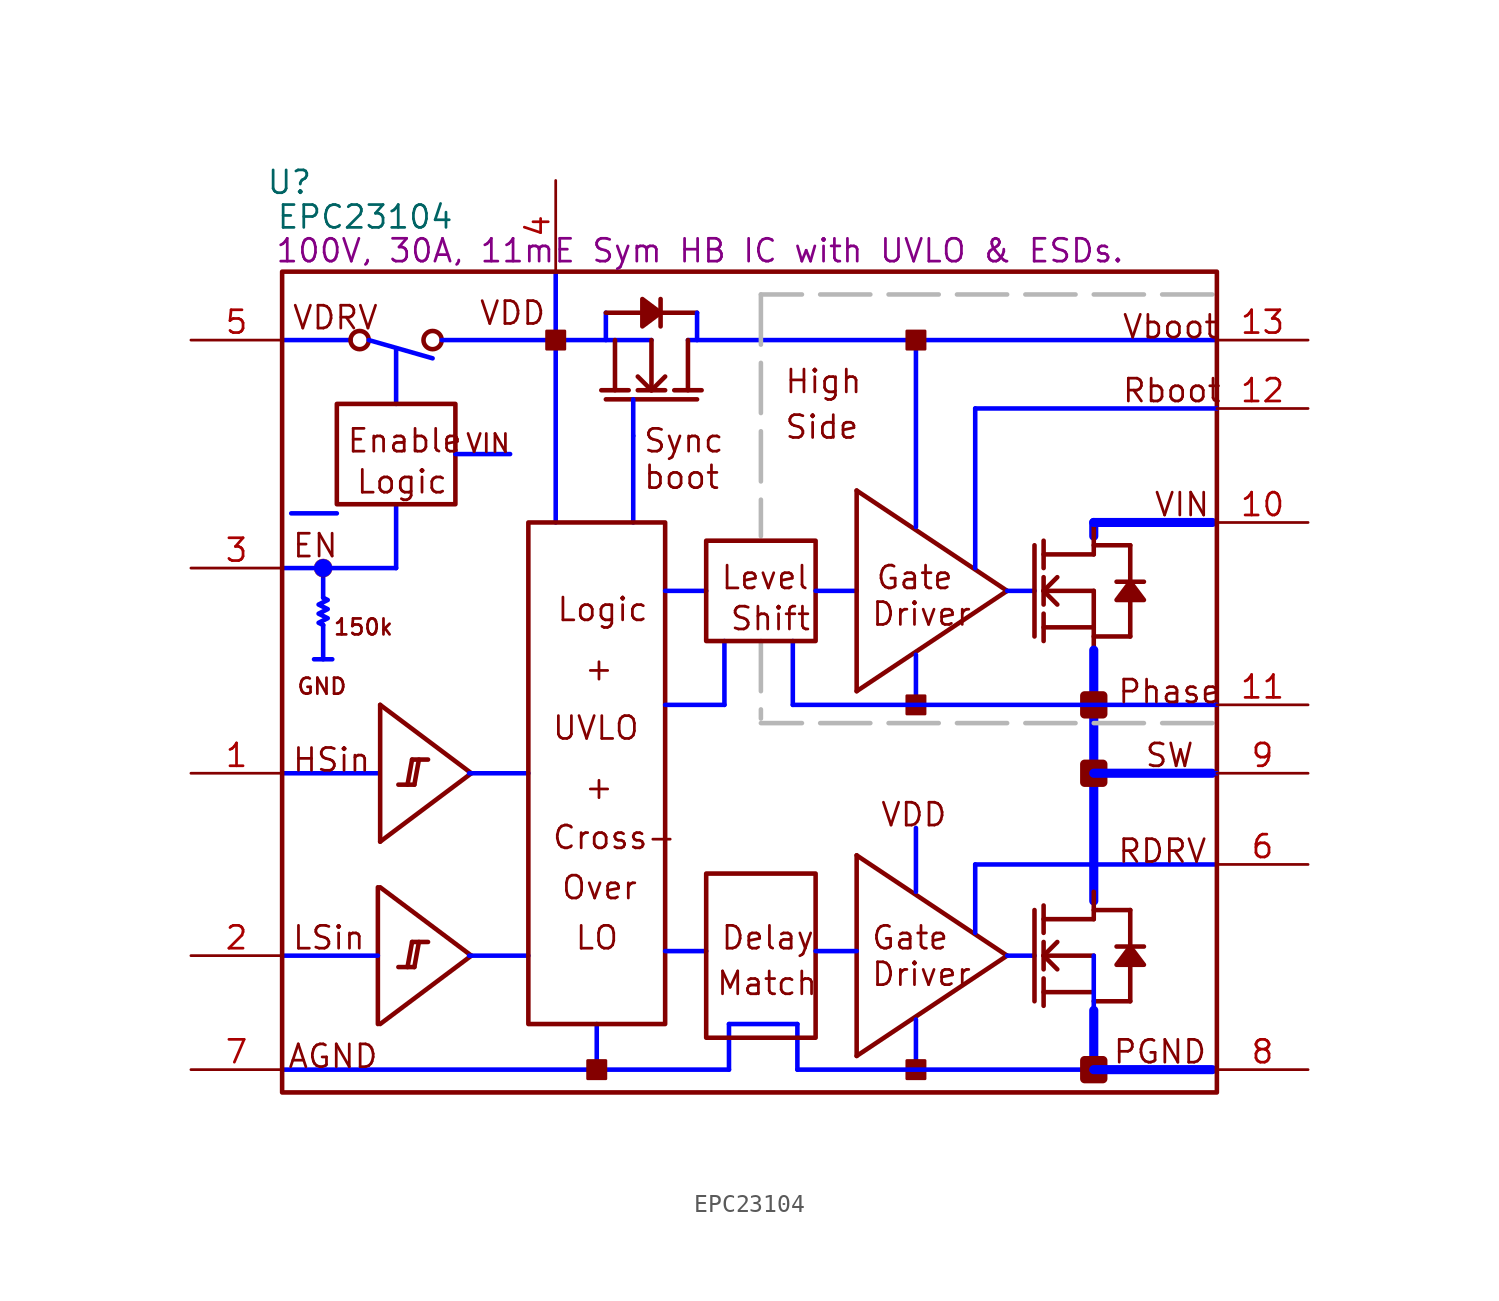
<source format=kicad_sym>
(kicad_symbol_lib
  (version 20220914)
  (generator kicad_symbol_editor)
  (symbol "EPC23104"
    (property "Reference" "U"
      (at 5.486 50.698 0)
      (effects (font (size 1.27 1.27))))
    (property "Value" "EPC23104"
      (at 9.703 48.768 0)
      (effects (font (size 1.27 1.27))))
    (property "Description" "100V, 30A, 11mE Sym HB IC with UVLO & ESDs."
      (at 28.346 46.888 0)
      (effects (font (size 1.27 1.27))))
    (symbol "EPC23104_1_0"
      (polyline (pts (xy 5.08 1.27) (xy 29.972 1.27)) (stroke (width 0.254) (type solid) (color 0 0 255 1)) (fill (type none)))
      (polyline (pts (xy 5.08 41.91) (xy 8.89 41.91)) (stroke (width 0.254) (type solid) (color 0 0 255 1)) (fill (type none)))
      (polyline (pts (xy 5.588 32.258) (xy 8.128 32.258)) (stroke (width 0.254) (type solid) (color 0 0 255 1)) (fill (type none)))
      (polyline (pts (xy 7.366 26.035) (xy 7.366 24.13)) (stroke (width 0.254) (type solid) (color 0 0 255 1)) (fill (type none)))
      (polyline (pts (xy 7.366 29.21) (xy 7.366 27.559)) (stroke (width 0.254) (type solid) (color 0 0 255 1)) (fill (type none)))
      (polyline (pts (xy 7.874 24.13) (xy 6.858 24.13)) (stroke (width 0.254) (type solid) (color 0 0 255 1)) (fill (type none)))
      (polyline (pts (xy 9.906 41.91) (xy 13.462 40.894)) (stroke (width 0.254) (type solid) (color 0 0 255 1)) (fill (type none)))
      (polyline (pts (xy 10.414 7.62) (xy 5.08 7.62)) (stroke (width 0.254) (type solid) (color 0 0 255 1)) (fill (type none)))
      (polyline (pts (xy 10.414 11.43) (xy 10.414 3.81)) (stroke (width 0.254) (type solid)) (fill (type none)))
      (polyline (pts (xy 10.414 17.78) (xy 5.08 17.78)) (stroke (width 0.254) (type solid) (color 0 0 255 1)) (fill (type none)))
      (polyline (pts (xy 10.541 3.81) (xy 15.621 7.62)) (stroke (width 0.254) (type solid)) (fill (type none)))
      (polyline (pts (xy 10.541 11.43) (xy 15.621 7.62)) (stroke (width 0.254) (type solid)) (fill (type none)))
      (polyline (pts (xy 10.541 13.97) (xy 15.621 17.78)) (stroke (width 0.254) (type solid)) (fill (type none)))
      (polyline (pts (xy 10.541 21.59) (xy 10.541 13.97)) (stroke (width 0.254) (type solid)) (fill (type none)))
      (polyline (pts (xy 10.541 21.59) (xy 15.621 17.78)) (stroke (width 0.254) (type solid)) (fill (type none)))
      (polyline (pts (xy 11.43 29.21) (xy 5.08 29.21)) (stroke (width 0.254) (type solid) (color 0 0 255 1)) (fill (type none)))
      (polyline (pts (xy 11.43 29.21) (xy 11.43 32.766)) (stroke (width 0.254) (type solid) (color 0 0 255 1)) (fill (type none)))
      (polyline (pts (xy 11.43 38.354) (xy 11.43 41.402)) (stroke (width 0.254) (type solid) (color 0 0 255 1)) (fill (type none)))
      (polyline (pts (xy 12.065 6.985) (xy 12.319 8.382)) (stroke (width 0.254) (type solid)) (fill (type none)))
      (polyline (pts (xy 12.065 17.145) (xy 12.319 18.542)) (stroke (width 0.254) (type solid)) (fill (type none)))
      (polyline (pts (xy 12.446 6.985) (xy 11.557 6.985)) (stroke (width 0.254) (type solid)) (fill (type none)))
      (polyline (pts (xy 12.446 6.985) (xy 12.7 8.382)) (stroke (width 0.254) (type solid)) (fill (type none)))
      (polyline (pts (xy 12.446 17.145) (xy 11.557 17.145)) (stroke (width 0.254) (type solid)) (fill (type none)))
      (polyline (pts (xy 12.446 17.145) (xy 12.7 18.542)) (stroke (width 0.254) (type solid)) (fill (type none)))
      (polyline (pts (xy 13.208 8.382) (xy 12.319 8.382)) (stroke (width 0.254) (type solid)) (fill (type none)))
      (polyline (pts (xy 13.208 18.542) (xy 12.319 18.542)) (stroke (width 0.254) (type solid)) (fill (type none)))
      (polyline (pts (xy 13.97 41.91) (xy 25.654 41.91)) (stroke (width 0.254) (type solid) (color 0 0 255 1)) (fill (type none)))
      (polyline (pts (xy 15.494 7.62) (xy 18.796 7.62)) (stroke (width 0.254) (type solid) (color 0 0 255 1)) (fill (type none)))
      (polyline (pts (xy 15.494 17.78) (xy 18.796 17.78)) (stroke (width 0.254) (type solid) (color 0 0 255 1)) (fill (type none)))
      (polyline (pts (xy 17.78 35.56) (xy 14.732 35.56)) (stroke (width 0.254) (type solid) (color 0 0 255 1)) (fill (type none)))
      (polyline (pts (xy 20.32 31.75) (xy 20.32 45.72)) (stroke (width 0.254) (type solid) (color 0 0 255 1)) (fill (type none)))
      (polyline (pts (xy 22.606 1.27) (xy 22.606 3.81)) (stroke (width 0.254) (type solid) (color 0 0 255 1)) (fill (type none)))
      (polyline (pts (xy 23.114 38.608) (xy 28.194 38.608)) (stroke (width 0.254) (type solid)) (fill (type none)))
      (polyline (pts (xy 23.114 43.434) (xy 23.114 41.91)) (stroke (width 0.254) (type solid) (color 0 0 255 1)) (fill (type none)))
      (polyline (pts (xy 23.114 43.434) (xy 25.146 43.434)) (stroke (width 0.254) (type solid)) (fill (type none)))
      (polyline (pts (xy 23.622 41.91) (xy 23.622 39.116)) (stroke (width 0.254) (type solid)) (fill (type none)))
      (polyline (pts (xy 24.384 39.116) (xy 22.86 39.116)) (stroke (width 0.254) (type solid)) (fill (type none)))
      (polyline (pts (xy 24.638 31.75) (xy 24.638 36.576)) (stroke (width 0.254) (type solid) (color 0 0 255 1)) (fill (type none)))
      (polyline (pts (xy 24.638 38.608) (xy 24.638 36.576)) (stroke (width 0.254) (type solid) (color 0 0 255 1)) (fill (type none)))
      (polyline (pts (xy 25.654 39.116) (xy 24.892 39.878)) (stroke (width 0.254) (type solid)) (fill (type none)))
      (polyline (pts (xy 25.654 39.116) (xy 25.654 41.91)) (stroke (width 0.254) (type solid)) (fill (type none)))
      (polyline (pts (xy 26.162 42.672) (xy 26.162 44.196)) (stroke (width 0.254) (type solid)) (fill (type none)))
      (polyline (pts (xy 26.162 43.434) (xy 28.194 43.434)) (stroke (width 0.254) (type solid)) (fill (type none)))
      (polyline (pts (xy 26.416 27.94) (xy 28.702 27.94)) (stroke (width 0.254) (type solid) (color 0 0 255 1)) (fill (type none)))
      (polyline (pts (xy 26.416 39.116) (xy 24.892 39.116)) (stroke (width 0.254) (type solid)) (fill (type none)))
      (polyline (pts (xy 26.416 39.878) (xy 25.654 39.116)) (stroke (width 0.254) (type solid)) (fill (type none)))
      (polyline (pts (xy 27.686 39.116) (xy 27.686 41.91)) (stroke (width 0.254) (type solid)) (fill (type none)))
      (polyline (pts (xy 27.686 41.91) (xy 57.15 41.91)) (stroke (width 0.254) (type solid) (color 0 0 255 1)) (fill (type none)))
      (polyline (pts (xy 28.194 43.434) (xy 28.194 41.91)) (stroke (width 0.254) (type solid) (color 0 0 255 1)) (fill (type none)))
      (polyline (pts (xy 28.448 39.116) (xy 26.924 39.116)) (stroke (width 0.254) (type solid)) (fill (type none)))
      (polyline (pts (xy 28.702 7.874) (xy 26.416 7.874)) (stroke (width 0.254) (type solid) (color 0 0 255 1)) (fill (type none)))
      (polyline (pts (xy 29.718 21.59) (xy 26.416 21.59)) (stroke (width 0.254) (type solid) (color 0 0 255 1)) (fill (type none)))
      (polyline (pts (xy 29.718 21.59) (xy 29.718 25.146)) (stroke (width 0.254) (type solid) (color 0 0 255 1)) (fill (type none)))
      (polyline (pts (xy 29.972 1.27) (xy 29.972 3.048)) (stroke (width 0.254) (type solid) (color 0 0 255 1)) (fill (type none)))
      (polyline (pts (xy 29.972 3.048) (xy 29.972 3.81)) (stroke (width 0.254) (type solid) (color 0 0 255 1)) (fill (type none)))
      (polyline (pts (xy 29.972 3.81) (xy 33.782 3.81)) (stroke (width 0.254) (type solid) (color 0 0 255 1)) (fill (type none)))
      (polyline (pts (xy 31.75 25.146) (xy 31.75 20.828)) (stroke (width 0.254) (type dash) (color 183 183 183 1)) (fill (type none)))
      (polyline (pts (xy 31.75 44.45) (xy 31.75 30.988)) (stroke (width 0.254) (type dash) (color 183 183 183 1)) (fill (type none)))
      (polyline (pts (xy 33.528 21.59) (xy 33.528 25.146)) (stroke (width 0.254) (type solid) (color 0 0 255 1)) (fill (type none)))
      (polyline (pts (xy 33.782 1.27) (xy 33.782 3.048)) (stroke (width 0.254) (type solid) (color 0 0 255 1)) (fill (type none)))
      (polyline (pts (xy 33.782 3.048) (xy 33.782 3.81)) (stroke (width 0.254) (type solid) (color 0 0 255 1)) (fill (type none)))
      (polyline (pts (xy 34.798 27.94) (xy 37.084 27.94)) (stroke (width 0.254) (type solid) (color 0 0 255 1)) (fill (type none)))
      (polyline (pts (xy 37.084 2.032) (xy 45.466 7.62)) (stroke (width 0.254) (type solid)) (fill (type none)))
      (polyline (pts (xy 37.084 7.874) (xy 34.798 7.874)) (stroke (width 0.254) (type solid) (color 0 0 255 1)) (fill (type none)))
      (polyline (pts (xy 37.084 13.208) (xy 37.084 2.032)) (stroke (width 0.254) (type solid)) (fill (type none)))
      (polyline (pts (xy 37.084 13.208) (xy 45.466 7.62)) (stroke (width 0.254) (type solid)) (fill (type none)))
      (polyline (pts (xy 37.084 22.352) (xy 45.466 27.94)) (stroke (width 0.254) (type solid)) (fill (type none)))
      (polyline (pts (xy 37.084 33.528) (xy 37.084 22.352)) (stroke (width 0.254) (type solid)) (fill (type none)))
      (polyline (pts (xy 37.084 33.528) (xy 45.466 27.94)) (stroke (width 0.254) (type solid)) (fill (type none)))
      (polyline (pts (xy 40.386 1.27) (xy 40.386 4.064)) (stroke (width 0.254) (type solid) (color 0 0 255 1)) (fill (type none)))
      (polyline (pts (xy 40.386 11.176) (xy 40.386 14.732)) (stroke (width 0.254) (type solid) (color 0 0 255 1)) (fill (type none)))
      (polyline (pts (xy 40.386 21.59) (xy 40.386 24.384)) (stroke (width 0.254) (type solid) (color 0 0 255 1)) (fill (type none)))
      (polyline (pts (xy 40.386 31.496) (xy 40.386 41.91)) (stroke (width 0.254) (type solid) (color 0 0 255 1)) (fill (type none)))
      (polyline (pts (xy 43.688 8.89) (xy 43.688 12.7)) (stroke (width 0.254) (type solid) (color 0 0 255 1)) (fill (type none)))
      (polyline (pts (xy 43.688 12.7) (xy 57.15 12.7)) (stroke (width 0.254) (type solid) (color 0 0 255 1)) (fill (type none)))
      (polyline (pts (xy 43.688 29.21) (xy 43.688 38.1)) (stroke (width 0.254) (type solid) (color 0 0 255 1)) (fill (type none)))
      (polyline (pts (xy 45.466 7.62) (xy 46.99 7.62)) (stroke (width 0.254) (type solid) (color 0 0 255 1)) (fill (type none)))
      (polyline (pts (xy 45.466 27.94) (xy 46.99 27.94)) (stroke (width 0.254) (type solid) (color 0 0 255 1)) (fill (type none)))
      (polyline (pts (xy 46.99 10.16) (xy 46.99 5.08)) (stroke (width 0.254) (type solid)) (fill (type none)))
      (polyline (pts (xy 46.99 30.48) (xy 46.99 25.4)) (stroke (width 0.254) (type solid)) (fill (type none)))
      (polyline (pts (xy 47.498 4.826) (xy 47.498 6.35)) (stroke (width 0.254) (type solid)) (fill (type none)))
      (polyline (pts (xy 47.498 5.588) (xy 50.292 5.588)) (stroke (width 0.254) (type solid)) (fill (type none)))
      (polyline (pts (xy 47.498 6.858) (xy 47.498 8.382)) (stroke (width 0.254) (type solid)) (fill (type none)))
      (polyline (pts (xy 47.498 7.62) (xy 48.26 8.382)) (stroke (width 0.254) (type solid)) (fill (type none)))
      (polyline (pts (xy 47.498 7.62) (xy 50.292 7.62)) (stroke (width 0.254) (type solid)) (fill (type none)))
      (polyline (pts (xy 47.498 8.89) (xy 47.498 10.414)) (stroke (width 0.254) (type solid)) (fill (type none)))
      (polyline (pts (xy 47.498 25.146) (xy 47.498 26.67)) (stroke (width 0.254) (type solid)) (fill (type none)))
      (polyline (pts (xy 47.498 25.908) (xy 50.292 25.908)) (stroke (width 0.254) (type solid)) (fill (type none)))
      (polyline (pts (xy 47.498 27.178) (xy 47.498 28.702)) (stroke (width 0.254) (type solid)) (fill (type none)))
      (polyline (pts (xy 47.498 27.94) (xy 48.26 28.702)) (stroke (width 0.254) (type solid)) (fill (type none)))
      (polyline (pts (xy 47.498 27.94) (xy 50.292 27.94)) (stroke (width 0.254) (type solid)) (fill (type none)))
      (polyline (pts (xy 47.498 29.21) (xy 47.498 30.734)) (stroke (width 0.254) (type solid)) (fill (type none)))
      (polyline (pts (xy 48.26 6.858) (xy 47.498 7.62)) (stroke (width 0.254) (type solid)) (fill (type none)))
      (polyline (pts (xy 48.26 27.178) (xy 47.498 27.94)) (stroke (width 0.254) (type solid)) (fill (type none)))
      (polyline (pts (xy 50.292 1.27) (xy 33.782 1.27)) (stroke (width 0.254) (type solid) (color 0 0 255 1)) (fill (type none)))
      (polyline (pts (xy 50.292 1.27) (xy 50.292 7.62)) (stroke (width 0.254) (type solid) (color 0 0 255 1)) (fill (type none)))
      (polyline (pts (xy 50.292 1.524) (xy 50.292 4.572)) (stroke (width 0.508) (type solid) (color 0 0 255 1)) (fill (type none)))
      (polyline (pts (xy 50.292 5.08) (xy 52.324 5.08)) (stroke (width 0.254) (type solid)) (fill (type none)))
      (polyline (pts (xy 50.292 9.652) (xy 47.498 9.652)) (stroke (width 0.254) (type solid)) (fill (type none)))
      (polyline (pts (xy 50.292 9.652) (xy 50.292 11.176)) (stroke (width 0.254) (type solid)) (fill (type none)))
      (polyline (pts (xy 50.292 10.16) (xy 52.324 10.16)) (stroke (width 0.254) (type solid)) (fill (type none)))
      (polyline (pts (xy 50.292 10.668) (xy 50.292 21.59)) (stroke (width 0.508) (type solid) (color 0 0 255 1)) (fill (type none)))
      (polyline (pts (xy 50.292 21.59) (xy 50.292 24.638)) (stroke (width 0.508) (type solid) (color 0 0 255 1)) (fill (type none)))
      (polyline (pts (xy 50.292 25.4) (xy 52.324 25.4)) (stroke (width 0.254) (type solid)) (fill (type none)))
      (polyline (pts (xy 50.292 27.94) (xy 50.292 22.86)) (stroke (width 0.254) (type solid)) (fill (type none)))
      (polyline (pts (xy 50.292 29.972) (xy 47.498 29.972)) (stroke (width 0.254) (type solid)) (fill (type none)))
      (polyline (pts (xy 50.292 29.972) (xy 50.292 31.496)) (stroke (width 0.254) (type solid)) (fill (type none)))
      (polyline (pts (xy 50.292 30.48) (xy 52.324 30.48)) (stroke (width 0.254) (type solid)) (fill (type none)))
      (polyline (pts (xy 50.292 30.988) (xy 50.292 31.75)) (stroke (width 0.508) (type solid) (color 0 0 255 1)) (fill (type none)))
      (polyline (pts (xy 50.292 31.75) (xy 57.15 31.75)) (stroke (width 0.254) (type solid) (color 0 0 255 1)) (fill (type none)))
      (polyline (pts (xy 52.324 7.112) (xy 52.324 5.08)) (stroke (width 0.254) (type solid)) (fill (type none)))
      (polyline (pts (xy 52.324 10.16) (xy 52.324 8.128)) (stroke (width 0.254) (type solid)) (fill (type none)))
      (polyline (pts (xy 52.324 27.432) (xy 52.324 25.4)) (stroke (width 0.254) (type solid)) (fill (type none)))
      (polyline (pts (xy 52.324 30.48) (xy 52.324 28.448)) (stroke (width 0.254) (type solid)) (fill (type none)))
      (polyline (pts (xy 53.086 8.128) (xy 51.562 8.128)) (stroke (width 0.254) (type solid)) (fill (type none)))
      (polyline (pts (xy 53.086 28.448) (xy 51.562 28.448)) (stroke (width 0.254) (type solid)) (fill (type none)))
      (polyline (pts (xy 56.896 1.27) (xy 50.292 1.27)) (stroke (width 0.508) (type solid) (color 0 0 255 1)) (fill (type none)))
      (polyline (pts (xy 56.896 17.78) (xy 50.292 17.78)) (stroke (width 0.508) (type solid) (color 0 0 255 1)) (fill (type none)))
      (polyline (pts (xy 56.896 20.574) (xy 31.75 20.574)) (stroke (width 0.254) (type dash) (color 183 183 183 1)) (fill (type none)))
      (polyline (pts (xy 56.896 31.75) (xy 50.292 31.75)) (stroke (width 0.508) (type solid) (color 0 0 255 1)) (fill (type none)))
      (polyline (pts (xy 56.896 44.45) (xy 31.75 44.45)) (stroke (width 0.254) (type dash) (color 183 183 183 1)) (fill (type none)))
      (polyline (pts (xy 57.15 17.78) (xy 50.292 17.78)) (stroke (width 0.254) (type solid) (color 0 0 255 1)) (fill (type none)))
      (polyline (pts (xy 57.15 21.59) (xy 33.528 21.59)) (stroke (width 0.254) (type solid) (color 0 0 255 1)) (fill (type none)))
      (polyline (pts (xy 57.15 38.1) (xy 43.688 38.1)) (stroke (width 0.254) (type solid) (color 0 0 255 1)) (fill (type none)))
      (polyline (pts (xy 26.162 43.434) (xy 25.146 44.196) (xy 25.146 42.672) (xy 26.162 43.434)) (stroke (width 0.254) (type solid)) (fill (type outline)))
      (polyline (pts (xy 52.324 8.128) (xy 51.562 7.112) (xy 53.086 7.112) (xy 52.324 8.128)) (stroke (width 0.254) (type solid)) (fill (type outline)))
      (polyline (pts (xy 52.324 28.448) (xy 51.562 27.432) (xy 53.086 27.432) (xy 52.324 28.448)) (stroke (width 0.254) (type solid)) (fill (type outline)))
      (polyline (pts (xy 7.366 26.035) (xy 7.112 26.162) (xy 7.62 26.416) (xy 7.112 26.67) (xy 7.62 26.924) (xy 7.112 27.178) (xy 7.62 27.432) (xy 7.366 27.559)) (stroke (width 0.254) (type solid) (color 0 0 255 1)) (fill (type none)))
      (circle (center 7.366 29.21) (radius 0.508) (stroke (width 0.0001) (type solid)) (fill (type color) (color 0 0 255 1)))
      (circle (center 9.398 41.91) (radius 0.508) (stroke (width 0.254) (type solid)) (fill (type none)))
      (circle (center 13.462 41.91) (radius 0.508) (stroke (width 0.254) (type solid)) (fill (type none)))
      (rectangle (start 14.732 38.354) (end 8.128 32.766) (stroke (width 0.254) (type solid)) (fill (type none)))
      (rectangle (start 20.828 42.418) (end 19.812 41.402) (stroke (width 0) (type solid)) (fill (type outline)))
      (rectangle (start 23.114 1.778) (end 22.098 0.762) (stroke (width 0) (type solid)) (fill (type outline)))
      (rectangle (start 26.416 31.75) (end 18.796 3.81) (stroke (width 0.254) (type solid)) (fill (type none)))
      (rectangle (start 34.798 12.192) (end 28.702 3.048) (stroke (width 0.254) (type solid)) (fill (type none)))
      (rectangle (start 34.798 30.734) (end 28.702 25.146) (stroke (width 0.254) (type solid)) (fill (type none)))
      (rectangle (start 40.894 1.778) (end 39.878 0.762) (stroke (width 0) (type solid)) (fill (type outline)))
      (rectangle (start 40.894 22.098) (end 39.878 21.082) (stroke (width 0) (type solid)) (fill (type outline)))
      (rectangle (start 40.894 42.418) (end 39.878 41.402) (stroke (width 0) (type solid)) (fill (type outline)))
      (rectangle (start 50.8 1.778) (end 49.784 0.762) (stroke (width 0.508) (type solid)) (fill (type outline)))
      (rectangle (start 50.8 18.288) (end 49.784 17.272) (stroke (width 0.508) (type solid)) (fill (type outline)))
      (rectangle (start 50.8 22.098) (end 49.784 21.082) (stroke (width 0.508) (type solid)) (fill (type outline)))
      (rectangle (start 57.15 45.72) (end 5.08 0) (stroke (width 0.254) (type solid)) (fill (type none)))
      (text "+" (at 21.844 16.256 0) (effects (font (size 1.27 1.27)) (justify left bottom)))
      (text "+" (at 21.844 22.86 0) (effects (font (size 1.27 1.27)) (justify left bottom)))
      (text "150k" (at 7.874 25.4 0) (effects (font (size 0.889 0.889)) (justify left bottom)))
      (text "AGND" (at 5.334 1.27 0) (effects (font (size 1.27 1.27)) (justify left bottom)))
      (text "boot" (at 25.146 33.528 0) (effects (font (size 1.27 1.27)) (justify left bottom)))
      (text "Cross-" (at 20.066 13.462 0) (effects (font (size 1.27 1.27)) (justify left bottom)))
      (text "Delay" (at 29.464 7.874 0) (effects (font (size 1.27 1.27)) (justify left bottom)))
      (text "Driver" (at 37.846 5.842 0) (effects (font (size 1.27 1.27)) (justify left bottom)))
      (text "Driver" (at 37.846 25.908 0) (effects (font (size 1.27 1.27)) (justify left bottom)))
      (text "EN" (at 5.588 29.718 0) (effects (font (size 1.27 1.27)) (justify left bottom)))
      (text "Enable" (at 8.636 35.56 0) (effects (font (size 1.27 1.27)) (justify left bottom)))
      (text "Gate" (at 37.846 7.874 0) (effects (font (size 1.27 1.27)) (justify left bottom)))
      (text "Gate" (at 38.1 27.94 0) (effects (font (size 1.27 1.27)) (justify left bottom)))
      (text "GND" (at 5.842 22.098 0) (effects (font (size 0.889 0.889)) (justify left bottom)))
      (text "High" (at 33.02 38.862 0) (effects (font (size 1.27 1.27)) (justify left bottom)))
      (text "HSin" (at 5.588 17.78 0) (effects (font (size 1.27 1.27)) (justify left bottom)))
      (text "Level" (at 29.464 27.94 0) (effects (font (size 1.27 1.27)) (justify left bottom)))
      (text "LO" (at 21.336 7.874 0) (effects (font (size 1.27 1.27)) (justify left bottom)))
      (text "Logic" (at 9.144 33.274 0) (effects (font (size 1.27 1.27)) (justify left bottom)))
      (text "Logic" (at 20.32 26.162 0) (effects (font (size 1.27 1.27)) (justify left bottom)))
      (text "LSin" (at 5.588 7.874 0) (effects (font (size 1.27 1.27)) (justify left bottom)))
      (text "Match" (at 29.21 5.334 0) (effects (font (size 1.27 1.27)) (justify left bottom)))
      (text "Over" (at 20.574 10.668 0) (effects (font (size 1.27 1.27)) (justify left bottom)))
      (text "PGND" (at 51.308 1.524 0) (effects (font (size 1.27 1.27)) (justify left bottom)))
      (text "Phase" (at 51.562 21.59 0) (effects (font (size 1.27 1.27)) (justify left bottom)))
      (text "Rboot" (at 51.816 38.354 0) (effects (font (size 1.27 1.27)) (justify left bottom)))
      (text "RDRV" (at 51.562 12.7 0) (effects (font (size 1.27 1.27)) (justify left bottom)))
      (text "Shift" (at 29.972 25.654 0) (effects (font (size 1.27 1.27)) (justify left bottom)))
      (text "Side" (at 33.02 36.322 0) (effects (font (size 1.27 1.27)) (justify left bottom)))
      (text "SW" (at 53.086 18.034 0) (effects (font (size 1.27 1.27)) (justify left bottom)))
      (text "Sync" (at 25.146 35.56 0) (effects (font (size 1.27 1.27)) (justify left bottom)))
      (text "UVLO" (at 20.066 19.558 0) (effects (font (size 1.27 1.27)) (justify left bottom)))
      (text "Vboot" (at 51.816 41.91 0) (effects (font (size 1.27 1.27)) (justify left bottom)))
      (text "VDD" (at 16.002 42.672 0) (effects (font (size 1.27 1.27)) (justify left bottom)))
      (text "VDD" (at 38.354 14.732 0) (effects (font (size 1.27 1.27)) (justify left bottom)))
      (text "VDRV" (at 5.588 42.418 0) (effects (font (size 1.27 1.27)) (justify left bottom)))
      (text "VIN" (at 15.24 35.56 0) (effects (font (size 1.016 1.016)) (justify left bottom)))
      (text "VIN" (at 53.594 32.004 0) (effects (font (size 1.27 1.27)) (justify left bottom)))
      (pin passive line (at 0 17.78 0) (length 5.08) (name "HSin" (effects (font (size 0 0)))) (number "1" (effects (font (size 1.27 1.27)))))
      (pin passive line (at 62.23 31.75 180) (length 5.08) (name "VIN" (effects (font (size 0 0)))) (number "10" (effects (font (size 1.27 1.27)))))
      (pin passive line (at 62.23 21.59 180) (length 5.08) (name "Phase" (effects (font (size 0 0)))) (number "11" (effects (font (size 1.27 1.27)))))
      (pin passive line (at 62.23 38.1 180) (length 5.08) (name "Rboot" (effects (font (size 0 0)))) (number "12" (effects (font (size 1.27 1.27)))))
      (pin passive line (at 62.23 41.91 180) (length 5.08) (name "Vboot" (effects (font (size 0 0)))) (number "13" (effects (font (size 1.27 1.27)))))
      (pin passive line (at 0 7.62 0) (length 5.08) (name "LSin" (effects (font (size 0 0)))) (number "2" (effects (font (size 1.27 1.27)))))
      (pin passive line (at 0 29.21 0) (length 5.08) (name "ENb" (effects (font (size 0 0)))) (number "3" (effects (font (size 1.27 1.27)))))
      (pin passive line (at 20.32 50.8 270) (length 5.08) (name "VDD" (effects (font (size 0 0)))) (number "4" (effects (font (size 1.27 1.27)))))
      (pin passive line (at 0 41.91 0) (length 5.08) (name "VDRV" (effects (font (size 0 0)))) (number "5" (effects (font (size 1.27 1.27)))))
      (pin passive line (at 62.23 12.7 180) (length 5.08) (name "RDRV" (effects (font (size 0 0)))) (number "6" (effects (font (size 1.27 1.27)))))
      (pin passive line (at 0 1.27 0) (length 5.08) (name "AGND" (effects (font (size 0 0)))) (number "7" (effects (font (size 1.27 1.27)))))
      (pin passive line (at 62.23 1.27 180) (length 5.08) (name "PGND" (effects (font (size 0 0)))) (number "8" (effects (font (size 1.27 1.27)))))
      (pin passive line (at 62.23 17.78 180) (length 5.08) (name "SW" (effects (font (size 0 0)))) (number "9" (effects (font (size 1.27 1.27))))))))
</source>
